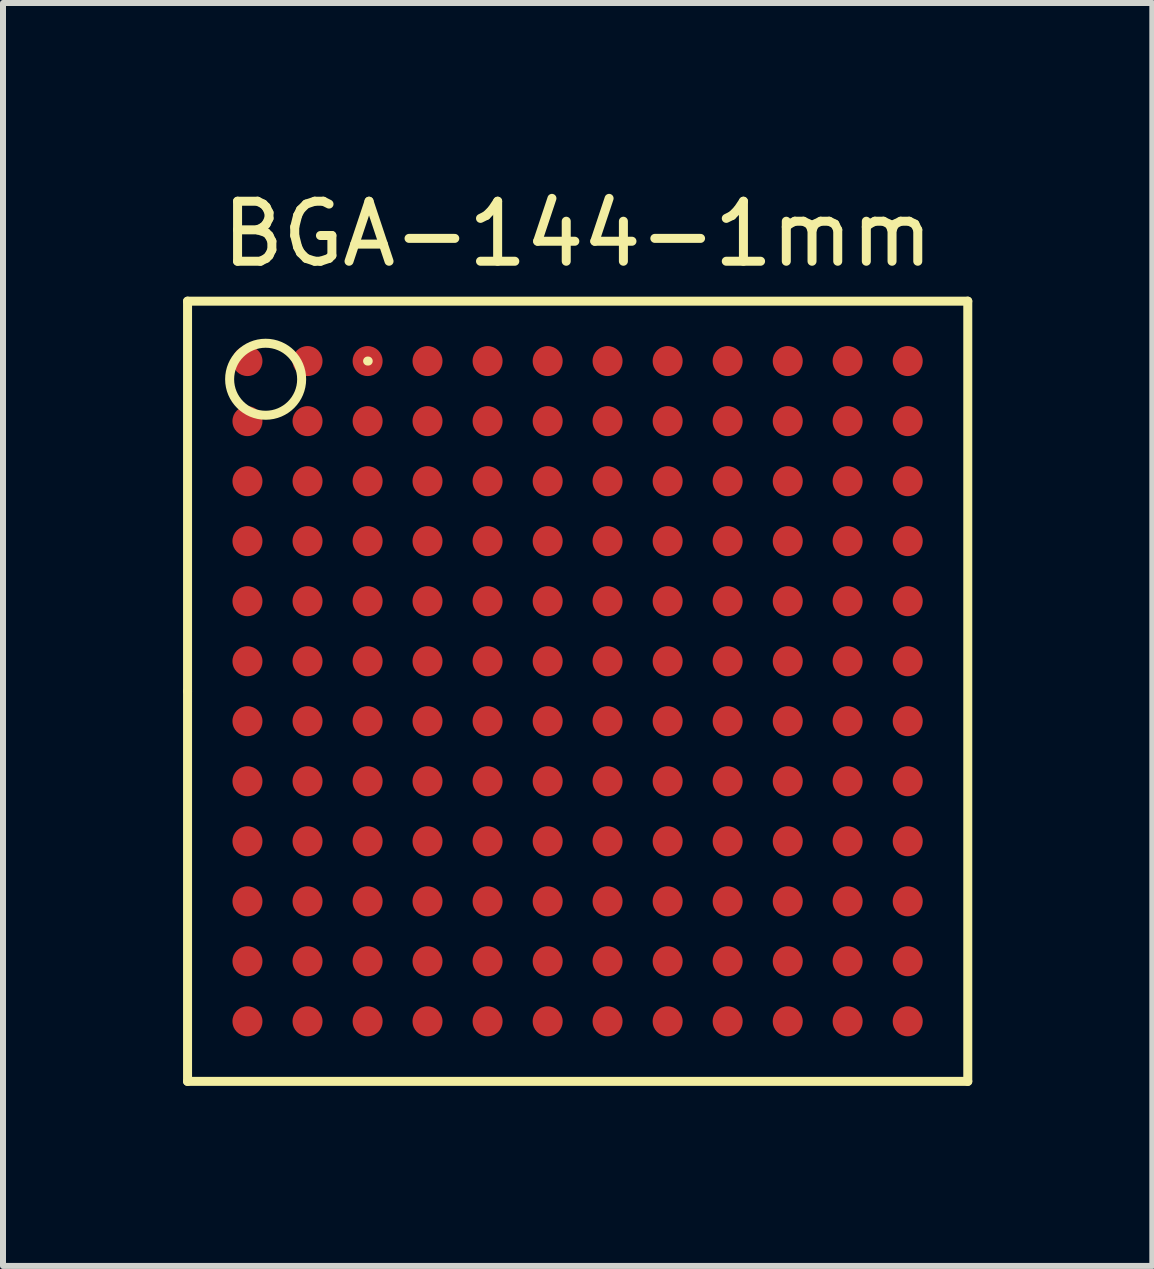
<source format=kicad_pcb>
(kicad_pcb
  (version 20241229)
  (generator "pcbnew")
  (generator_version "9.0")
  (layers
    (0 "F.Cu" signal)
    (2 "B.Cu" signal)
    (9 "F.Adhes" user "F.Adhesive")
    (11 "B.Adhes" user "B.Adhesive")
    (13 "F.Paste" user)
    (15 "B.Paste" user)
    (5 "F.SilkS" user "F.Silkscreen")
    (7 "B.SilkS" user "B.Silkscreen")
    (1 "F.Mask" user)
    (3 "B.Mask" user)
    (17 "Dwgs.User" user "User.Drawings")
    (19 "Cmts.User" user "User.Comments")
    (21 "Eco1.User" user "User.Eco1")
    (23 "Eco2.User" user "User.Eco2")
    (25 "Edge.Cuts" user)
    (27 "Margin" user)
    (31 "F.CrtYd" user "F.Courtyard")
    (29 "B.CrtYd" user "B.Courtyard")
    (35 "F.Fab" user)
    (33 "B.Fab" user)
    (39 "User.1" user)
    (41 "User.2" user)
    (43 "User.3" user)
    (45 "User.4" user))
  (footprint "BGA-144-1mm"
    (layer "F.Cu")
    (at 6.575 8.468)
    (property "Reference" "BGA-144-1mm" (at 0 -7.62 0) (layer "F.SilkS") (effects (font (size 1 1) (thickness 0.15))))
    (attr smd)
    (fp_line (start -6.5 -6.5) (end 6.5 -6.5) (stroke (width 0.15) (type solid)) (layer "F.SilkS"))
    (fp_line (start -6.5 0) (end -6.5 -6.5) (stroke (width 0.15) (type solid)) (layer "F.SilkS"))
    (fp_line (start -6.5 6.5) (end -6.5 0) (stroke (width 0.15) (type solid)) (layer "F.SilkS"))
    (fp_line (start -3.5 -5.502) (end -3.49 -5.502) (stroke (width 0.15) (type solid)) (layer "F.SilkS"))
    (fp_line (start 6.5 -6.5) (end 6.5 6.5) (stroke (width 0.15) (type solid)) (layer "F.SilkS"))
    (fp_line (start 6.5 6.5) (end -6.5 6.5) (stroke (width 0.15) (type solid)) (layer "F.SilkS"))
    (fp_circle (center -5.199 -5.199) (end -5.199 -5.799) (stroke (width 0.15) (type solid)) (fill no) (layer "F.SilkS"))
    (pad "A1" smd circle (at -5.502 -5.502) (size 0.5 0.5) (layers "F.Cu" "F.Mask" "F.Paste"))
    (pad "A2" smd circle (at -4.501 -5.502) (size 0.5 0.5) (layers "F.Cu" "F.Mask" "F.Paste"))
    (pad "A3" smd circle (at -3.5 -5.502) (size 0.5 0.5) (layers "F.Cu" "F.Mask" "F.Paste"))
    (pad "A4" smd circle (at -2.502 -5.502) (size 0.5 0.5) (layers "F.Cu" "F.Mask" "F.Paste"))
    (pad "A5" smd circle (at -1.501 -5.502) (size 0.5 0.5) (layers "F.Cu" "F.Mask" "F.Paste"))
    (pad "A6" smd circle (at -0.5 -5.502) (size 0.5 0.5) (layers "F.Cu" "F.Mask" "F.Paste"))
    (pad "A7" smd circle (at 0.498 -5.502) (size 0.5 0.5) (layers "F.Cu" "F.Mask" "F.Paste"))
    (pad "A8" smd circle (at 1.499 -5.502) (size 0.5 0.5) (layers "F.Cu" "F.Mask" "F.Paste"))
    (pad "A9" smd circle (at 2.499 -5.502) (size 0.5 0.5) (layers "F.Cu" "F.Mask" "F.Paste"))
    (pad "A10" smd circle (at 3.5 -5.502) (size 0.5 0.5) (layers "F.Cu" "F.Mask" "F.Paste"))
    (pad "A11" smd circle (at 4.498 -5.502) (size 0.5 0.5) (layers "F.Cu" "F.Mask" "F.Paste"))
    (pad "A12" smd circle (at 5.499 -5.502) (size 0.5 0.5) (layers "F.Cu" "F.Mask" "F.Paste"))
    (pad "B1" smd circle (at -5.502 -4.501) (size 0.5 0.5) (layers "F.Cu" "F.Mask" "F.Paste"))
    (pad "B2" smd circle (at -4.501 -4.501) (size 0.5 0.5) (layers "F.Cu" "F.Mask" "F.Paste"))
    (pad "B3" smd circle (at -3.5 -4.501) (size 0.5 0.5) (layers "F.Cu" "F.Mask" "F.Paste"))
    (pad "B4" smd circle (at -2.502 -4.501) (size 0.5 0.5) (layers "F.Cu" "F.Mask" "F.Paste"))
    (pad "B5" smd circle (at -1.501 -4.501) (size 0.5 0.5) (layers "F.Cu" "F.Mask" "F.Paste"))
    (pad "B6" smd circle (at -0.5 -4.501) (size 0.5 0.5) (layers "F.Cu" "F.Mask" "F.Paste"))
    (pad "B7" smd circle (at 0.498 -4.501) (size 0.5 0.5) (layers "F.Cu" "F.Mask" "F.Paste"))
    (pad "B8" smd circle (at 1.499 -4.501) (size 0.5 0.5) (layers "F.Cu" "F.Mask" "F.Paste"))
    (pad "B9" smd circle (at 2.499 -4.501) (size 0.5 0.5) (layers "F.Cu" "F.Mask" "F.Paste"))
    (pad "B10" smd circle (at 3.5 -4.501) (size 0.5 0.5) (layers "F.Cu" "F.Mask" "F.Paste"))
    (pad "B11" smd circle (at 4.498 -4.501) (size 0.5 0.5) (layers "F.Cu" "F.Mask" "F.Paste"))
    (pad "B12" smd circle (at 5.499 -4.501) (size 0.5 0.5) (layers "F.Cu" "F.Mask" "F.Paste"))
    (pad "C1" smd circle (at -5.502 -3.5) (size 0.5 0.5) (layers "F.Cu" "F.Mask" "F.Paste"))
    (pad "C2" smd circle (at -4.501 -3.5) (size 0.5 0.5) (layers "F.Cu" "F.Mask" "F.Paste"))
    (pad "C3" smd circle (at -3.5 -3.5) (size 0.5 0.5) (layers "F.Cu" "F.Mask" "F.Paste"))
    (pad "C4" smd circle (at -2.502 -3.5) (size 0.5 0.5) (layers "F.Cu" "F.Mask" "F.Paste"))
    (pad "C5" smd circle (at -1.501 -3.5) (size 0.5 0.5) (layers "F.Cu" "F.Mask" "F.Paste"))
    (pad "C6" smd circle (at -0.5 -3.5) (size 0.5 0.5) (layers "F.Cu" "F.Mask" "F.Paste"))
    (pad "C7" smd circle (at 0.498 -3.5) (size 0.5 0.5) (layers "F.Cu" "F.Mask" "F.Paste"))
    (pad "C8" smd circle (at 1.499 -3.5) (size 0.5 0.5) (layers "F.Cu" "F.Mask" "F.Paste"))
    (pad "C9" smd circle (at 2.499 -3.5) (size 0.5 0.5) (layers "F.Cu" "F.Mask" "F.Paste"))
    (pad "C10" smd circle (at 3.5 -3.5) (size 0.5 0.5) (layers "F.Cu" "F.Mask" "F.Paste"))
    (pad "C11" smd circle (at 4.498 -3.5) (size 0.5 0.5) (layers "F.Cu" "F.Mask" "F.Paste"))
    (pad "C12" smd circle (at 5.499 -3.5) (size 0.5 0.5) (layers "F.Cu" "F.Mask" "F.Paste"))
    (pad "D1" smd circle (at -5.502 -2.502) (size 0.5 0.5) (layers "F.Cu" "F.Mask" "F.Paste"))
    (pad "D2" smd circle (at -4.501 -2.502) (size 0.5 0.5) (layers "F.Cu" "F.Mask" "F.Paste"))
    (pad "D3" smd circle (at -3.5 -2.502) (size 0.5 0.5) (layers "F.Cu" "F.Mask" "F.Paste"))
    (pad "D4" smd circle (at -2.502 -2.502) (size 0.5 0.5) (layers "F.Cu" "F.Mask" "F.Paste"))
    (pad "D5" smd circle (at -1.501 -2.502) (size 0.5 0.5) (layers "F.Cu" "F.Mask" "F.Paste"))
    (pad "D6" smd circle (at -0.5 -2.502) (size 0.5 0.5) (layers "F.Cu" "F.Mask" "F.Paste"))
    (pad "D7" smd circle (at 0.498 -2.502) (size 0.5 0.5) (layers "F.Cu" "F.Mask" "F.Paste"))
    (pad "D8" smd circle (at 1.499 -2.502) (size 0.5 0.5) (layers "F.Cu" "F.Mask" "F.Paste"))
    (pad "D9" smd circle (at 2.499 -2.502) (size 0.5 0.5) (layers "F.Cu" "F.Mask" "F.Paste"))
    (pad "D10" smd circle (at 3.5 -2.502) (size 0.5 0.5) (layers "F.Cu" "F.Mask" "F.Paste"))
    (pad "D11" smd circle (at 4.498 -2.502) (size 0.5 0.5) (layers "F.Cu" "F.Mask" "F.Paste"))
    (pad "D12" smd circle (at 5.499 -2.502) (size 0.5 0.5) (layers "F.Cu" "F.Mask" "F.Paste"))
    (pad "E1" smd circle (at -5.502 -1.501) (size 0.5 0.5) (layers "F.Cu" "F.Mask" "F.Paste"))
    (pad "E2" smd circle (at -4.501 -1.501) (size 0.5 0.5) (layers "F.Cu" "F.Mask" "F.Paste"))
    (pad "E3" smd circle (at -3.5 -1.501) (size 0.5 0.5) (layers "F.Cu" "F.Mask" "F.Paste"))
    (pad "E4" smd circle (at -2.502 -1.501) (size 0.5 0.5) (layers "F.Cu" "F.Mask" "F.Paste"))
    (pad "E5" smd circle (at -1.501 -1.501) (size 0.5 0.5) (layers "F.Cu" "F.Mask" "F.Paste"))
    (pad "E6" smd circle (at -0.5 -1.501) (size 0.5 0.5) (layers "F.Cu" "F.Mask" "F.Paste"))
    (pad "E7" smd circle (at 0.498 -1.501) (size 0.5 0.5) (layers "F.Cu" "F.Mask" "F.Paste"))
    (pad "E8" smd circle (at 1.499 -1.501) (size 0.5 0.5) (layers "F.Cu" "F.Mask" "F.Paste"))
    (pad "E9" smd circle (at 2.499 -1.501) (size 0.5 0.5) (layers "F.Cu" "F.Mask" "F.Paste"))
    (pad "E10" smd circle (at 3.5 -1.501) (size 0.5 0.5) (layers "F.Cu" "F.Mask" "F.Paste"))
    (pad "E11" smd circle (at 4.498 -1.501) (size 0.5 0.5) (layers "F.Cu" "F.Mask" "F.Paste"))
    (pad "E12" smd circle (at 5.499 -1.501) (size 0.5 0.5) (layers "F.Cu" "F.Mask" "F.Paste"))
    (pad "F1" smd circle (at -5.502 -0.5) (size 0.5 0.5) (layers "F.Cu" "F.Mask" "F.Paste"))
    (pad "F2" smd circle (at -4.501 -0.5) (size 0.5 0.5) (layers "F.Cu" "F.Mask" "F.Paste"))
    (pad "F3" smd circle (at -3.5 -0.5) (size 0.5 0.5) (layers "F.Cu" "F.Mask" "F.Paste"))
    (pad "F4" smd circle (at -2.502 -0.5) (size 0.5 0.5) (layers "F.Cu" "F.Mask" "F.Paste"))
    (pad "F5" smd circle (at -1.501 -0.5) (size 0.5 0.5) (layers "F.Cu" "F.Mask" "F.Paste"))
    (pad "F6" smd circle (at -0.5 -0.5) (size 0.5 0.5) (layers "F.Cu" "F.Mask" "F.Paste"))
    (pad "F7" smd circle (at 0.498 -0.5) (size 0.5 0.5) (layers "F.Cu" "F.Mask" "F.Paste"))
    (pad "F8" smd circle (at 1.499 -0.5) (size 0.5 0.5) (layers "F.Cu" "F.Mask" "F.Paste"))
    (pad "F9" smd circle (at 2.499 -0.5) (size 0.5 0.5) (layers "F.Cu" "F.Mask" "F.Paste"))
    (pad "F10" smd circle (at 3.5 -0.5) (size 0.5 0.5) (layers "F.Cu" "F.Mask" "F.Paste"))
    (pad "F11" smd circle (at 4.498 -0.5) (size 0.5 0.5) (layers "F.Cu" "F.Mask" "F.Paste"))
    (pad "F12" smd circle (at 5.499 -0.5) (size 0.5 0.5) (layers "F.Cu" "F.Mask" "F.Paste"))
    (pad "G1" smd circle (at -5.502 0.498) (size 0.5 0.5) (layers "F.Cu" "F.Mask" "F.Paste"))
    (pad "G2" smd circle (at -4.501 0.498) (size 0.5 0.5) (layers "F.Cu" "F.Mask" "F.Paste"))
    (pad "G3" smd circle (at -3.5 0.498) (size 0.5 0.5) (layers "F.Cu" "F.Mask" "F.Paste"))
    (pad "G4" smd circle (at -2.502 0.498) (size 0.5 0.5) (layers "F.Cu" "F.Mask" "F.Paste"))
    (pad "G5" smd circle (at -1.501 0.498) (size 0.5 0.5) (layers "F.Cu" "F.Mask" "F.Paste"))
    (pad "G6" smd circle (at -0.5 0.498) (size 0.5 0.5) (layers "F.Cu" "F.Mask" "F.Paste"))
    (pad "G7" smd circle (at 0.498 0.498) (size 0.5 0.5) (layers "F.Cu" "F.Mask" "F.Paste"))
    (pad "G8" smd circle (at 1.499 0.498) (size 0.5 0.5) (layers "F.Cu" "F.Mask" "F.Paste"))
    (pad "G9" smd circle (at 2.499 0.498) (size 0.5 0.5) (layers "F.Cu" "F.Mask" "F.Paste"))
    (pad "G10" smd circle (at 3.5 0.498) (size 0.5 0.5) (layers "F.Cu" "F.Mask" "F.Paste"))
    (pad "G11" smd circle (at 4.498 0.498) (size 0.5 0.5) (layers "F.Cu" "F.Mask" "F.Paste"))
    (pad "G12" smd circle (at 5.499 0.498) (size 0.5 0.5) (layers "F.Cu" "F.Mask" "F.Paste"))
    (pad "H1" smd circle (at -5.502 1.499) (size 0.5 0.5) (layers "F.Cu" "F.Mask" "F.Paste"))
    (pad "H2" smd circle (at -4.501 1.499) (size 0.5 0.5) (layers "F.Cu" "F.Mask" "F.Paste"))
    (pad "H3" smd circle (at -3.5 1.499) (size 0.5 0.5) (layers "F.Cu" "F.Mask" "F.Paste"))
    (pad "H4" smd circle (at -2.502 1.499) (size 0.5 0.5) (layers "F.Cu" "F.Mask" "F.Paste"))
    (pad "H5" smd circle (at -1.501 1.499) (size 0.5 0.5) (layers "F.Cu" "F.Mask" "F.Paste"))
    (pad "H6" smd circle (at -0.5 1.499) (size 0.5 0.5) (layers "F.Cu" "F.Mask" "F.Paste"))
    (pad "H7" smd circle (at 0.498 1.499) (size 0.5 0.5) (layers "F.Cu" "F.Mask" "F.Paste"))
    (pad "H8" smd circle (at 1.499 1.499) (size 0.5 0.5) (layers "F.Cu" "F.Mask" "F.Paste"))
    (pad "H9" smd circle (at 2.499 1.499) (size 0.5 0.5) (layers "F.Cu" "F.Mask" "F.Paste"))
    (pad "H10" smd circle (at 3.5 1.499) (size 0.5 0.5) (layers "F.Cu" "F.Mask" "F.Paste"))
    (pad "H11" smd circle (at 4.498 1.499) (size 0.5 0.5) (layers "F.Cu" "F.Mask" "F.Paste"))
    (pad "H12" smd circle (at 5.499 1.499) (size 0.5 0.5) (layers "F.Cu" "F.Mask" "F.Paste"))
    (pad "J1" smd circle (at -5.502 2.499) (size 0.5 0.5) (layers "F.Cu" "F.Mask" "F.Paste"))
    (pad "J2" smd circle (at -4.501 2.499) (size 0.5 0.5) (layers "F.Cu" "F.Mask" "F.Paste"))
    (pad "J3" smd circle (at -3.5 2.499) (size 0.5 0.5) (layers "F.Cu" "F.Mask" "F.Paste"))
    (pad "J4" smd circle (at -2.502 2.499) (size 0.5 0.5) (layers "F.Cu" "F.Mask" "F.Paste"))
    (pad "J5" smd circle (at -1.501 2.499) (size 0.5 0.5) (layers "F.Cu" "F.Mask" "F.Paste"))
    (pad "J6" smd circle (at -0.5 2.499) (size 0.5 0.5) (layers "F.Cu" "F.Mask" "F.Paste"))
    (pad "J7" smd circle (at 0.498 2.499) (size 0.5 0.5) (layers "F.Cu" "F.Mask" "F.Paste"))
    (pad "J8" smd circle (at 1.499 2.499) (size 0.5 0.5) (layers "F.Cu" "F.Mask" "F.Paste"))
    (pad "J9" smd circle (at 2.499 2.499) (size 0.5 0.5) (layers "F.Cu" "F.Mask" "F.Paste"))
    (pad "J10" smd circle (at 3.5 2.499) (size 0.5 0.5) (layers "F.Cu" "F.Mask" "F.Paste"))
    (pad "J11" smd circle (at 4.498 2.499) (size 0.5 0.5) (layers "F.Cu" "F.Mask" "F.Paste"))
    (pad "J12" smd circle (at 5.499 2.499) (size 0.5 0.5) (layers "F.Cu" "F.Mask" "F.Paste"))
    (pad "K1" smd circle (at -5.502 3.5) (size 0.5 0.5) (layers "F.Cu" "F.Mask" "F.Paste"))
    (pad "K2" smd circle (at -4.501 3.5) (size 0.5 0.5) (layers "F.Cu" "F.Mask" "F.Paste"))
    (pad "K3" smd circle (at -3.5 3.5) (size 0.5 0.5) (layers "F.Cu" "F.Mask" "F.Paste"))
    (pad "K4" smd circle (at -2.502 3.5) (size 0.5 0.5) (layers "F.Cu" "F.Mask" "F.Paste"))
    (pad "K5" smd circle (at -1.501 3.5) (size 0.5 0.5) (layers "F.Cu" "F.Mask" "F.Paste"))
    (pad "K6" smd circle (at -0.5 3.5) (size 0.5 0.5) (layers "F.Cu" "F.Mask" "F.Paste"))
    (pad "K7" smd circle (at 0.498 3.5) (size 0.5 0.5) (layers "F.Cu" "F.Mask" "F.Paste"))
    (pad "K8" smd circle (at 1.499 3.5) (size 0.5 0.5) (layers "F.Cu" "F.Mask" "F.Paste"))
    (pad "K9" smd circle (at 2.499 3.5) (size 0.5 0.5) (layers "F.Cu" "F.Mask" "F.Paste"))
    (pad "K10" smd circle (at 3.5 3.5) (size 0.5 0.5) (layers "F.Cu" "F.Mask" "F.Paste"))
    (pad "K11" smd circle (at 4.498 3.5) (size 0.5 0.5) (layers "F.Cu" "F.Mask" "F.Paste"))
    (pad "K12" smd circle (at 5.499 3.5) (size 0.5 0.5) (layers "F.Cu" "F.Mask" "F.Paste"))
    (pad "L1" smd circle (at -5.502 4.498) (size 0.5 0.5) (layers "F.Cu" "F.Mask" "F.Paste"))
    (pad "L2" smd circle (at -4.501 4.498) (size 0.5 0.5) (layers "F.Cu" "F.Mask" "F.Paste"))
    (pad "L3" smd circle (at -3.5 4.498) (size 0.5 0.5) (layers "F.Cu" "F.Mask" "F.Paste"))
    (pad "L4" smd circle (at -2.502 4.498) (size 0.5 0.5) (layers "F.Cu" "F.Mask" "F.Paste"))
    (pad "L5" smd circle (at -1.501 4.498) (size 0.5 0.5) (layers "F.Cu" "F.Mask" "F.Paste"))
    (pad "L6" smd circle (at -0.5 4.498) (size 0.5 0.5) (layers "F.Cu" "F.Mask" "F.Paste"))
    (pad "L7" smd circle (at 0.498 4.498) (size 0.5 0.5) (layers "F.Cu" "F.Mask" "F.Paste"))
    (pad "L8" smd circle (at 1.499 4.498) (size 0.5 0.5) (layers "F.Cu" "F.Mask" "F.Paste"))
    (pad "L9" smd circle (at 2.499 4.498) (size 0.5 0.5) (layers "F.Cu" "F.Mask" "F.Paste"))
    (pad "L10" smd circle (at 3.5 4.498) (size 0.5 0.5) (layers "F.Cu" "F.Mask" "F.Paste"))
    (pad "L11" smd circle (at 4.498 4.498) (size 0.5 0.5) (layers "F.Cu" "F.Mask" "F.Paste"))
    (pad "L12" smd circle (at 5.499 4.498) (size 0.5 0.5) (layers "F.Cu" "F.Mask" "F.Paste"))
    (pad "M1" smd circle (at -5.502 5.499) (size 0.5 0.5) (layers "F.Cu" "F.Mask" "F.Paste"))
    (pad "M2" smd circle (at -4.501 5.499) (size 0.5 0.5) (layers "F.Cu" "F.Mask" "F.Paste"))
    (pad "M3" smd circle (at -3.5 5.499) (size 0.5 0.5) (layers "F.Cu" "F.Mask" "F.Paste"))
    (pad "M4" smd circle (at -2.502 5.499) (size 0.5 0.5) (layers "F.Cu" "F.Mask" "F.Paste"))
    (pad "M5" smd circle (at -1.501 5.499) (size 0.5 0.5) (layers "F.Cu" "F.Mask" "F.Paste"))
    (pad "M6" smd circle (at -0.5 5.499) (size 0.5 0.5) (layers "F.Cu" "F.Mask" "F.Paste"))
    (pad "M7" smd circle (at 0.498 5.499) (size 0.5 0.5) (layers "F.Cu" "F.Mask" "F.Paste"))
    (pad "M8" smd circle (at 1.499 5.499) (size 0.5 0.5) (layers "F.Cu" "F.Mask" "F.Paste"))
    (pad "M9" smd circle (at 2.499 5.499) (size 0.5 0.5) (layers "F.Cu" "F.Mask" "F.Paste"))
    (pad "M10" smd circle (at 3.5 5.499) (size 0.5 0.5) (layers "F.Cu" "F.Mask" "F.Paste"))
    (pad "M11" smd circle (at 4.498 5.499) (size 0.5 0.5) (layers "F.Cu" "F.Mask" "F.Paste"))
    (pad "M12" smd circle (at 5.499 5.499) (size 0.5 0.5) (layers "F.Cu" "F.Mask" "F.Paste")))
  (gr_rect
    (start -3 -3)
    (end 16.15 18.043)
    (stroke (width 0.1) (type default))
    (fill no)
    (layer "Edge.Cuts")))
</source>
